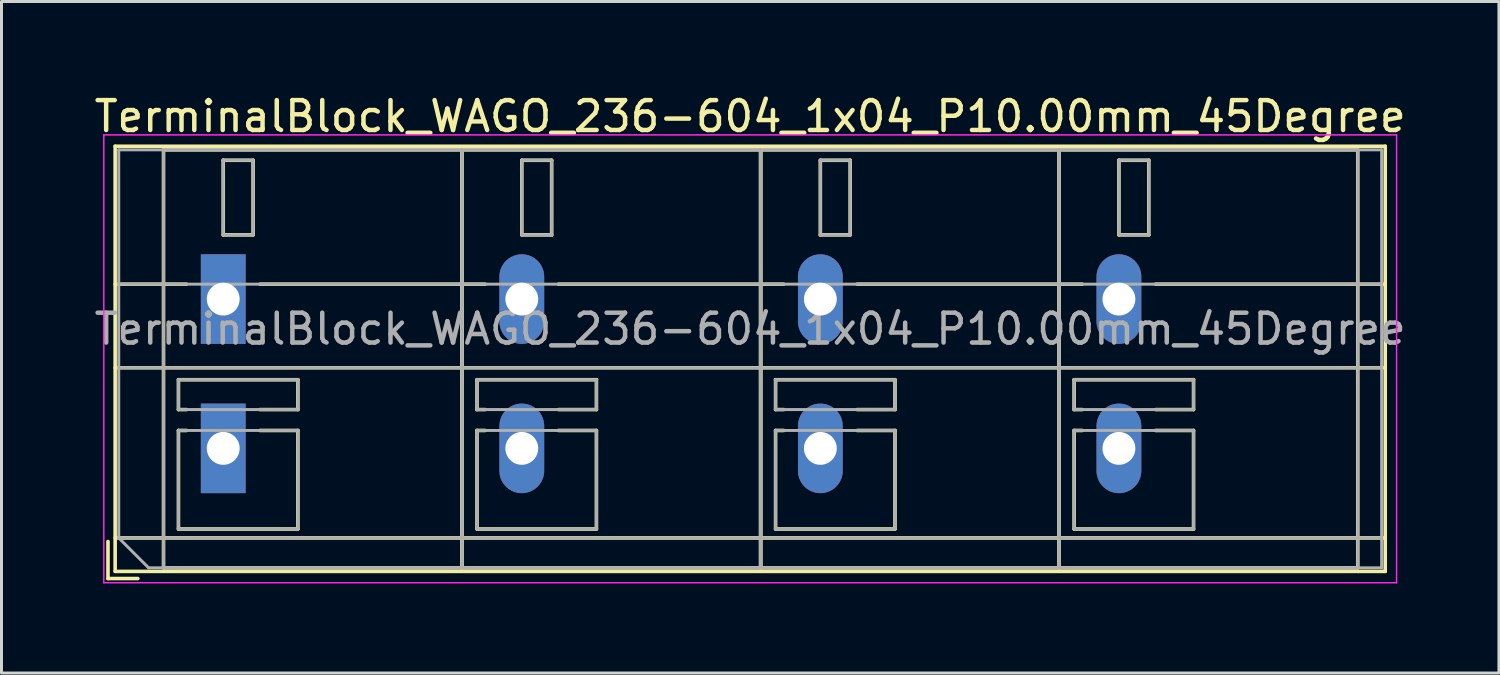
<source format=kicad_pcb>
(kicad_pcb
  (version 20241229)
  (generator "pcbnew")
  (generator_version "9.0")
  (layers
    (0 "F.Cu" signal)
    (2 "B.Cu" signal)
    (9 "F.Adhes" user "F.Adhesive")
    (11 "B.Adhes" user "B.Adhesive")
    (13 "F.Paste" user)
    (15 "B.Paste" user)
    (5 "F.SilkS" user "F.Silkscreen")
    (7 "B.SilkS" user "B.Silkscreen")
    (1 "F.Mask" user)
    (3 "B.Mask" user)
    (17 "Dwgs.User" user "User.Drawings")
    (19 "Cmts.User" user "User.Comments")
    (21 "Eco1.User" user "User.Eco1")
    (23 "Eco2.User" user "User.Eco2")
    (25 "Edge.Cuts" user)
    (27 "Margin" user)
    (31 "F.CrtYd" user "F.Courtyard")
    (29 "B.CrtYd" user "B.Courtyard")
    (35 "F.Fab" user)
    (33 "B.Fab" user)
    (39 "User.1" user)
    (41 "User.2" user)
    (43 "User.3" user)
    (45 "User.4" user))
  (footprint "TerminalBlock_WAGO_236-604_1x04_P10.00mm_45Degree"
    (layer "F.Cu")
    (at 4.427 6.968)
    (property "Reference" "TerminalBlock_WAGO_236-604_1x04_P10.00mm_45Degree" (at 17.65 -6.12 0) (layer "F.SilkS") (effects (font (size 1 1) (thickness 0.15))))
    (attr through_hole)
    (fp_line (start -3.86 8.12) (end -3.86 9.36) (stroke (width 0.12) (type solid)) (layer "F.SilkS"))
    (fp_line (start -3.86 9.36) (end -2.86 9.36) (stroke (width 0.12) (type solid)) (layer "F.SilkS"))
    (fp_line (start -3.62 -5.12) (end -3.62 9.12) (stroke (width 0.12) (type solid)) (layer "F.SilkS"))
    (fp_line (start -3.62 -5.12) (end 38.92 -5.12) (stroke (width 0.12) (type solid)) (layer "F.SilkS"))
    (fp_line (start -3.62 -0.5) (end -1.23 -0.5) (stroke (width 0.12) (type solid)) (layer "F.SilkS"))
    (fp_line (start -3.62 2.3) (end 38.92 2.3) (stroke (width 0.12) (type solid)) (layer "F.SilkS"))
    (fp_line (start -3.62 8) (end 38.92 8) (stroke (width 0.12) (type solid)) (layer "F.SilkS"))
    (fp_line (start -3.62 9.12) (end 38.92 9.12) (stroke (width 0.12) (type solid)) (layer "F.SilkS"))
    (fp_line (start -2 -5) (end -2 9) (stroke (width 0.12) (type solid)) (layer "F.SilkS"))
    (fp_line (start -2 -5) (end 8 -5) (stroke (width 0.12) (type solid)) (layer "F.SilkS"))
    (fp_line (start -2 9) (end 8 9) (stroke (width 0.12) (type solid)) (layer "F.SilkS"))
    (fp_line (start -1.5 2.7) (end -1.5 3.7) (stroke (width 0.12) (type solid)) (layer "F.SilkS"))
    (fp_line (start -1.5 2.7) (end 2.5 2.7) (stroke (width 0.12) (type solid)) (layer "F.SilkS"))
    (fp_line (start -1.5 3.7) (end -1.23 3.7) (stroke (width 0.12) (type solid)) (layer "F.SilkS"))
    (fp_line (start -1.5 4.4) (end -1.5 7.7) (stroke (width 0.12) (type solid)) (layer "F.SilkS"))
    (fp_line (start -1.5 4.4) (end -1.23 4.4) (stroke (width 0.12) (type solid)) (layer "F.SilkS"))
    (fp_line (start -1.5 7.7) (end 2.5 7.7) (stroke (width 0.12) (type solid)) (layer "F.SilkS"))
    (fp_line (start 0 -4.65) (end 0 -2.151) (stroke (width 0.12) (type solid)) (layer "F.SilkS"))
    (fp_line (start 0 -4.65) (end 1 -4.65) (stroke (width 0.12) (type solid)) (layer "F.SilkS"))
    (fp_line (start 0 -2.151) (end 1 -2.151) (stroke (width 0.12) (type solid)) (layer "F.SilkS"))
    (fp_line (start 1 -4.65) (end 1 -2.151) (stroke (width 0.12) (type solid)) (layer "F.SilkS"))
    (fp_line (start 1.23 -0.5) (end 8.77 -0.5) (stroke (width 0.12) (type solid)) (layer "F.SilkS"))
    (fp_line (start 1.23 3.7) (end 2.5 3.7) (stroke (width 0.12) (type solid)) (layer "F.SilkS"))
    (fp_line (start 1.23 4.4) (end 2.5 4.4) (stroke (width 0.12) (type solid)) (layer "F.SilkS"))
    (fp_line (start 2.5 2.7) (end 2.5 3.7) (stroke (width 0.12) (type solid)) (layer "F.SilkS"))
    (fp_line (start 2.5 4.4) (end 2.5 7.7) (stroke (width 0.12) (type solid)) (layer "F.SilkS"))
    (fp_line (start 8 -5) (end 8 9) (stroke (width 0.12) (type solid)) (layer "F.SilkS"))
    (fp_line (start 8 -5) (end 8 9) (stroke (width 0.12) (type solid)) (layer "F.SilkS"))
    (fp_line (start 8 -5) (end 18 -5) (stroke (width 0.12) (type solid)) (layer "F.SilkS"))
    (fp_line (start 8 9) (end 18 9) (stroke (width 0.12) (type solid)) (layer "F.SilkS"))
    (fp_line (start 8.5 2.7) (end 8.5 3.7) (stroke (width 0.12) (type solid)) (layer "F.SilkS"))
    (fp_line (start 8.5 2.7) (end 12.5 2.7) (stroke (width 0.12) (type solid)) (layer "F.SilkS"))
    (fp_line (start 8.5 3.7) (end 8.77 3.7) (stroke (width 0.12) (type solid)) (layer "F.SilkS"))
    (fp_line (start 8.5 4.4) (end 8.5 7.7) (stroke (width 0.12) (type solid)) (layer "F.SilkS"))
    (fp_line (start 8.5 4.4) (end 8.77 4.4) (stroke (width 0.12) (type solid)) (layer "F.SilkS"))
    (fp_line (start 8.5 7.7) (end 12.5 7.7) (stroke (width 0.12) (type solid)) (layer "F.SilkS"))
    (fp_line (start 10 -4.65) (end 10 -2.151) (stroke (width 0.12) (type solid)) (layer "F.SilkS"))
    (fp_line (start 10 -4.65) (end 11 -4.65) (stroke (width 0.12) (type solid)) (layer "F.SilkS"))
    (fp_line (start 10 -2.151) (end 11 -2.151) (stroke (width 0.12) (type solid)) (layer "F.SilkS"))
    (fp_line (start 11 -4.65) (end 11 -2.151) (stroke (width 0.12) (type solid)) (layer "F.SilkS"))
    (fp_line (start 11.23 -0.5) (end 18.77 -0.5) (stroke (width 0.12) (type solid)) (layer "F.SilkS"))
    (fp_line (start 11.23 3.7) (end 12.5 3.7) (stroke (width 0.12) (type solid)) (layer "F.SilkS"))
    (fp_line (start 11.23 4.4) (end 12.5 4.4) (stroke (width 0.12) (type solid)) (layer "F.SilkS"))
    (fp_line (start 12.5 2.7) (end 12.5 3.7) (stroke (width 0.12) (type solid)) (layer "F.SilkS"))
    (fp_line (start 12.5 4.4) (end 12.5 7.7) (stroke (width 0.12) (type solid)) (layer "F.SilkS"))
    (fp_line (start 18 -5) (end 18 9) (stroke (width 0.12) (type solid)) (layer "F.SilkS"))
    (fp_line (start 18 -5) (end 18 9) (stroke (width 0.12) (type solid)) (layer "F.SilkS"))
    (fp_line (start 18 -5) (end 28 -5) (stroke (width 0.12) (type solid)) (layer "F.SilkS"))
    (fp_line (start 18 9) (end 28 9) (stroke (width 0.12) (type solid)) (layer "F.SilkS"))
    (fp_line (start 18.5 2.7) (end 18.5 3.7) (stroke (width 0.12) (type solid)) (layer "F.SilkS"))
    (fp_line (start 18.5 2.7) (end 22.5 2.7) (stroke (width 0.12) (type solid)) (layer "F.SilkS"))
    (fp_line (start 18.5 3.7) (end 18.77 3.7) (stroke (width 0.12) (type solid)) (layer "F.SilkS"))
    (fp_line (start 18.5 4.4) (end 18.5 7.7) (stroke (width 0.12) (type solid)) (layer "F.SilkS"))
    (fp_line (start 18.5 4.4) (end 18.77 4.4) (stroke (width 0.12) (type solid)) (layer "F.SilkS"))
    (fp_line (start 18.5 7.7) (end 22.5 7.7) (stroke (width 0.12) (type solid)) (layer "F.SilkS"))
    (fp_line (start 20 -4.65) (end 20 -2.151) (stroke (width 0.12) (type solid)) (layer "F.SilkS"))
    (fp_line (start 20 -4.65) (end 21 -4.65) (stroke (width 0.12) (type solid)) (layer "F.SilkS"))
    (fp_line (start 20 -2.151) (end 21 -2.151) (stroke (width 0.12) (type solid)) (layer "F.SilkS"))
    (fp_line (start 21 -4.65) (end 21 -2.151) (stroke (width 0.12) (type solid)) (layer "F.SilkS"))
    (fp_line (start 21.23 -0.5) (end 28.77 -0.5) (stroke (width 0.12) (type solid)) (layer "F.SilkS"))
    (fp_line (start 21.23 3.7) (end 22.5 3.7) (stroke (width 0.12) (type solid)) (layer "F.SilkS"))
    (fp_line (start 21.23 4.4) (end 22.5 4.4) (stroke (width 0.12) (type solid)) (layer "F.SilkS"))
    (fp_line (start 22.5 2.7) (end 22.5 3.7) (stroke (width 0.12) (type solid)) (layer "F.SilkS"))
    (fp_line (start 22.5 4.4) (end 22.5 7.7) (stroke (width 0.12) (type solid)) (layer "F.SilkS"))
    (fp_line (start 28 -5) (end 28 9) (stroke (width 0.12) (type solid)) (layer "F.SilkS"))
    (fp_line (start 28 -5) (end 28 9) (stroke (width 0.12) (type solid)) (layer "F.SilkS"))
    (fp_line (start 28 -5) (end 38 -5) (stroke (width 0.12) (type solid)) (layer "F.SilkS"))
    (fp_line (start 28 9) (end 38 9) (stroke (width 0.12) (type solid)) (layer "F.SilkS"))
    (fp_line (start 28.5 2.7) (end 28.5 3.7) (stroke (width 0.12) (type solid)) (layer "F.SilkS"))
    (fp_line (start 28.5 2.7) (end 32.5 2.7) (stroke (width 0.12) (type solid)) (layer "F.SilkS"))
    (fp_line (start 28.5 3.7) (end 28.77 3.7) (stroke (width 0.12) (type solid)) (layer "F.SilkS"))
    (fp_line (start 28.5 4.4) (end 28.5 7.7) (stroke (width 0.12) (type solid)) (layer "F.SilkS"))
    (fp_line (start 28.5 4.4) (end 28.77 4.4) (stroke (width 0.12) (type solid)) (layer "F.SilkS"))
    (fp_line (start 28.5 7.7) (end 32.5 7.7) (stroke (width 0.12) (type solid)) (layer "F.SilkS"))
    (fp_line (start 30 -4.65) (end 30 -2.151) (stroke (width 0.12) (type solid)) (layer "F.SilkS"))
    (fp_line (start 30 -4.65) (end 31 -4.65) (stroke (width 0.12) (type solid)) (layer "F.SilkS"))
    (fp_line (start 30 -2.151) (end 31 -2.151) (stroke (width 0.12) (type solid)) (layer "F.SilkS"))
    (fp_line (start 31 -4.65) (end 31 -2.151) (stroke (width 0.12) (type solid)) (layer "F.SilkS"))
    (fp_line (start 31.23 -0.5) (end 38.92 -0.5) (stroke (width 0.12) (type solid)) (layer "F.SilkS"))
    (fp_line (start 31.23 3.7) (end 32.5 3.7) (stroke (width 0.12) (type solid)) (layer "F.SilkS"))
    (fp_line (start 31.23 4.4) (end 32.5 4.4) (stroke (width 0.12) (type solid)) (layer "F.SilkS"))
    (fp_line (start 32.5 2.7) (end 32.5 3.7) (stroke (width 0.12) (type solid)) (layer "F.SilkS"))
    (fp_line (start 32.5 4.4) (end 32.5 7.7) (stroke (width 0.12) (type solid)) (layer "F.SilkS"))
    (fp_line (start 38 -5) (end 38 9) (stroke (width 0.12) (type solid)) (layer "F.SilkS"))
    (fp_line (start 38.92 -5.12) (end 38.92 9.12) (stroke (width 0.12) (type solid)) (layer "F.SilkS"))
    (fp_line (start -4 -5.5) (end -4 9.5) (stroke (width 0.05) (type solid)) (layer "F.CrtYd"))
    (fp_line (start -4 9.5) (end 39.3 9.5) (stroke (width 0.05) (type solid)) (layer "F.CrtYd"))
    (fp_line (start 39.3 -5.5) (end -4 -5.5) (stroke (width 0.05) (type solid)) (layer "F.CrtYd"))
    (fp_line (start 39.3 9.5) (end 39.3 -5.5) (stroke (width 0.05) (type solid)) (layer "F.CrtYd"))
    (fp_line (start -3.5 -5) (end 38.8 -5) (stroke (width 0.1) (type solid)) (layer "F.Fab"))
    (fp_line (start -3.5 -0.5) (end 38.8 -0.5) (stroke (width 0.1) (type solid)) (layer "F.Fab"))
    (fp_line (start -3.5 2.3) (end 38.8 2.3) (stroke (width 0.1) (type solid)) (layer "F.Fab"))
    (fp_line (start -3.5 8) (end -3.5 -5) (stroke (width 0.1) (type solid)) (layer "F.Fab"))
    (fp_line (start -3.5 8) (end 38.8 8) (stroke (width 0.1) (type solid)) (layer "F.Fab"))
    (fp_line (start -2.5 9) (end -3.5 8) (stroke (width 0.1) (type solid)) (layer "F.Fab"))
    (fp_line (start -2 -5) (end -2 9) (stroke (width 0.1) (type solid)) (layer "F.Fab"))
    (fp_line (start -2 9) (end 8 9) (stroke (width 0.1) (type solid)) (layer "F.Fab"))
    (fp_line (start -1.5 2.7) (end -1.5 3.7) (stroke (width 0.1) (type solid)) (layer "F.Fab"))
    (fp_line (start -1.5 3.7) (end 2.5 3.7) (stroke (width 0.1) (type solid)) (layer "F.Fab"))
    (fp_line (start -1.5 4.4) (end -1.5 7.7) (stroke (width 0.1) (type solid)) (layer "F.Fab"))
    (fp_line (start -1.5 7.7) (end 2.5 7.7) (stroke (width 0.1) (type solid)) (layer "F.Fab"))
    (fp_line (start 0 -4.65) (end 0 -2.15) (stroke (width 0.1) (type solid)) (layer "F.Fab"))
    (fp_line (start 0 -2.15) (end 1 -2.15) (stroke (width 0.1) (type solid)) (layer "F.Fab"))
    (fp_line (start 1 -4.65) (end 0 -4.65) (stroke (width 0.1) (type solid)) (layer "F.Fab"))
    (fp_line (start 1 -2.15) (end 1 -4.65) (stroke (width 0.1) (type solid)) (layer "F.Fab"))
    (fp_line (start 2.5 2.7) (end -1.5 2.7) (stroke (width 0.1) (type solid)) (layer "F.Fab"))
    (fp_line (start 2.5 3.7) (end 2.5 2.7) (stroke (width 0.1) (type solid)) (layer "F.Fab"))
    (fp_line (start 2.5 4.4) (end -1.5 4.4) (stroke (width 0.1) (type solid)) (layer "F.Fab"))
    (fp_line (start 2.5 7.7) (end 2.5 4.4) (stroke (width 0.1) (type solid)) (layer "F.Fab"))
    (fp_line (start 8 -5) (end -2 -5) (stroke (width 0.1) (type solid)) (layer "F.Fab"))
    (fp_line (start 8 -5) (end 8 9) (stroke (width 0.1) (type solid)) (layer "F.Fab"))
    (fp_line (start 8 9) (end 8 -5) (stroke (width 0.1) (type solid)) (layer "F.Fab"))
    (fp_line (start 8 9) (end 18 9) (stroke (width 0.1) (type solid)) (layer "F.Fab"))
    (fp_line (start 8.5 2.7) (end 8.5 3.7) (stroke (width 0.1) (type solid)) (layer "F.Fab"))
    (fp_line (start 8.5 3.7) (end 12.5 3.7) (stroke (width 0.1) (type solid)) (layer "F.Fab"))
    (fp_line (start 8.5 4.4) (end 8.5 7.7) (stroke (width 0.1) (type solid)) (layer "F.Fab"))
    (fp_line (start 8.5 7.7) (end 12.5 7.7) (stroke (width 0.1) (type solid)) (layer "F.Fab"))
    (fp_line (start 10 -4.65) (end 10 -2.15) (stroke (width 0.1) (type solid)) (layer "F.Fab"))
    (fp_line (start 10 -2.15) (end 11 -2.15) (stroke (width 0.1) (type solid)) (layer "F.Fab"))
    (fp_line (start 11 -4.65) (end 10 -4.65) (stroke (width 0.1) (type solid)) (layer "F.Fab"))
    (fp_line (start 11 -2.15) (end 11 -4.65) (stroke (width 0.1) (type solid)) (layer "F.Fab"))
    (fp_line (start 12.5 2.7) (end 8.5 2.7) (stroke (width 0.1) (type solid)) (layer "F.Fab"))
    (fp_line (start 12.5 3.7) (end 12.5 2.7) (stroke (width 0.1) (type solid)) (layer "F.Fab"))
    (fp_line (start 12.5 4.4) (end 8.5 4.4) (stroke (width 0.1) (type solid)) (layer "F.Fab"))
    (fp_line (start 12.5 7.7) (end 12.5 4.4) (stroke (width 0.1) (type solid)) (layer "F.Fab"))
    (fp_line (start 18 -5) (end 8 -5) (stroke (width 0.1) (type solid)) (layer "F.Fab"))
    (fp_line (start 18 -5) (end 18 9) (stroke (width 0.1) (type solid)) (layer "F.Fab"))
    (fp_line (start 18 9) (end 18 -5) (stroke (width 0.1) (type solid)) (layer "F.Fab"))
    (fp_line (start 18 9) (end 28 9) (stroke (width 0.1) (type solid)) (layer "F.Fab"))
    (fp_line (start 18.5 2.7) (end 18.5 3.7) (stroke (width 0.1) (type solid)) (layer "F.Fab"))
    (fp_line (start 18.5 3.7) (end 22.5 3.7) (stroke (width 0.1) (type solid)) (layer "F.Fab"))
    (fp_line (start 18.5 4.4) (end 18.5 7.7) (stroke (width 0.1) (type solid)) (layer "F.Fab"))
    (fp_line (start 18.5 7.7) (end 22.5 7.7) (stroke (width 0.1) (type solid)) (layer "F.Fab"))
    (fp_line (start 20 -4.65) (end 20 -2.15) (stroke (width 0.1) (type solid)) (layer "F.Fab"))
    (fp_line (start 20 -2.15) (end 21 -2.15) (stroke (width 0.1) (type solid)) (layer "F.Fab"))
    (fp_line (start 21 -4.65) (end 20 -4.65) (stroke (width 0.1) (type solid)) (layer "F.Fab"))
    (fp_line (start 21 -2.15) (end 21 -4.65) (stroke (width 0.1) (type solid)) (layer "F.Fab"))
    (fp_line (start 22.5 2.7) (end 18.5 2.7) (stroke (width 0.1) (type solid)) (layer "F.Fab"))
    (fp_line (start 22.5 3.7) (end 22.5 2.7) (stroke (width 0.1) (type solid)) (layer "F.Fab"))
    (fp_line (start 22.5 4.4) (end 18.5 4.4) (stroke (width 0.1) (type solid)) (layer "F.Fab"))
    (fp_line (start 22.5 7.7) (end 22.5 4.4) (stroke (width 0.1) (type solid)) (layer "F.Fab"))
    (fp_line (start 28 -5) (end 18 -5) (stroke (width 0.1) (type solid)) (layer "F.Fab"))
    (fp_line (start 28 -5) (end 28 9) (stroke (width 0.1) (type solid)) (layer "F.Fab"))
    (fp_line (start 28 9) (end 28 -5) (stroke (width 0.1) (type solid)) (layer "F.Fab"))
    (fp_line (start 28 9) (end 38 9) (stroke (width 0.1) (type solid)) (layer "F.Fab"))
    (fp_line (start 28.5 2.7) (end 28.5 3.7) (stroke (width 0.1) (type solid)) (layer "F.Fab"))
    (fp_line (start 28.5 3.7) (end 32.5 3.7) (stroke (width 0.1) (type solid)) (layer "F.Fab"))
    (fp_line (start 28.5 4.4) (end 28.5 7.7) (stroke (width 0.1) (type solid)) (layer "F.Fab"))
    (fp_line (start 28.5 7.7) (end 32.5 7.7) (stroke (width 0.1) (type solid)) (layer "F.Fab"))
    (fp_line (start 30 -4.65) (end 30 -2.15) (stroke (width 0.1) (type solid)) (layer "F.Fab"))
    (fp_line (start 30 -2.15) (end 31 -2.15) (stroke (width 0.1) (type solid)) (layer "F.Fab"))
    (fp_line (start 31 -4.65) (end 30 -4.65) (stroke (width 0.1) (type solid)) (layer "F.Fab"))
    (fp_line (start 31 -2.15) (end 31 -4.65) (stroke (width 0.1) (type solid)) (layer "F.Fab"))
    (fp_line (start 32.5 2.7) (end 28.5 2.7) (stroke (width 0.1) (type solid)) (layer "F.Fab"))
    (fp_line (start 32.5 3.7) (end 32.5 2.7) (stroke (width 0.1) (type solid)) (layer "F.Fab"))
    (fp_line (start 32.5 4.4) (end 28.5 4.4) (stroke (width 0.1) (type solid)) (layer "F.Fab"))
    (fp_line (start 32.5 7.7) (end 32.5 4.4) (stroke (width 0.1) (type solid)) (layer "F.Fab"))
    (fp_line (start 38 -5) (end 28 -5) (stroke (width 0.1) (type solid)) (layer "F.Fab"))
    (fp_line (start 38 9) (end 38 -5) (stroke (width 0.1) (type solid)) (layer "F.Fab"))
    (fp_line (start 38.8 -5) (end 38.8 9) (stroke (width 0.1) (type solid)) (layer "F.Fab"))
    (fp_line (start 38.8 9) (end -2.5 9) (stroke (width 0.1) (type solid)) (layer "F.Fab"))
    (fp_text user "${REFERENCE}" (at 17.65 1 0) (layer "F.Fab") (effects (font (size 1 1) (thickness 0.15))))
    (pad "1" thru_hole rect (at 0 0) (size 1.5 3) (drill 1.1) (layers "*.Cu" "*.Mask"))
    (pad "1" thru_hole rect (at 0 5) (size 1.5 3) (drill 1.1) (layers "*.Cu" "*.Mask"))
    (pad "2" thru_hole oval (at 10 0) (size 1.5 3) (drill 1.1) (layers "*.Cu" "*.Mask"))
    (pad "2" thru_hole oval (at 10 5) (size 1.5 3) (drill 1.1) (layers "*.Cu" "*.Mask"))
    (pad "3" thru_hole oval (at 20 0) (size 1.5 3) (drill 1.1) (layers "*.Cu" "*.Mask"))
    (pad "3" thru_hole oval (at 20 5) (size 1.5 3) (drill 1.1) (layers "*.Cu" "*.Mask"))
    (pad "4" thru_hole oval (at 30 0) (size 1.5 3) (drill 1.1) (layers "*.Cu" "*.Mask"))
    (pad "4" thru_hole oval (at 30 5) (size 1.5 3) (drill 1.1) (layers "*.Cu" "*.Mask")))
  (gr_rect
    (start -3 -3)
    (end 47.155 19.493)
    (stroke (width 0.1) (type default))
    (fill no)
    (layer "Edge.Cuts")))
</source>
